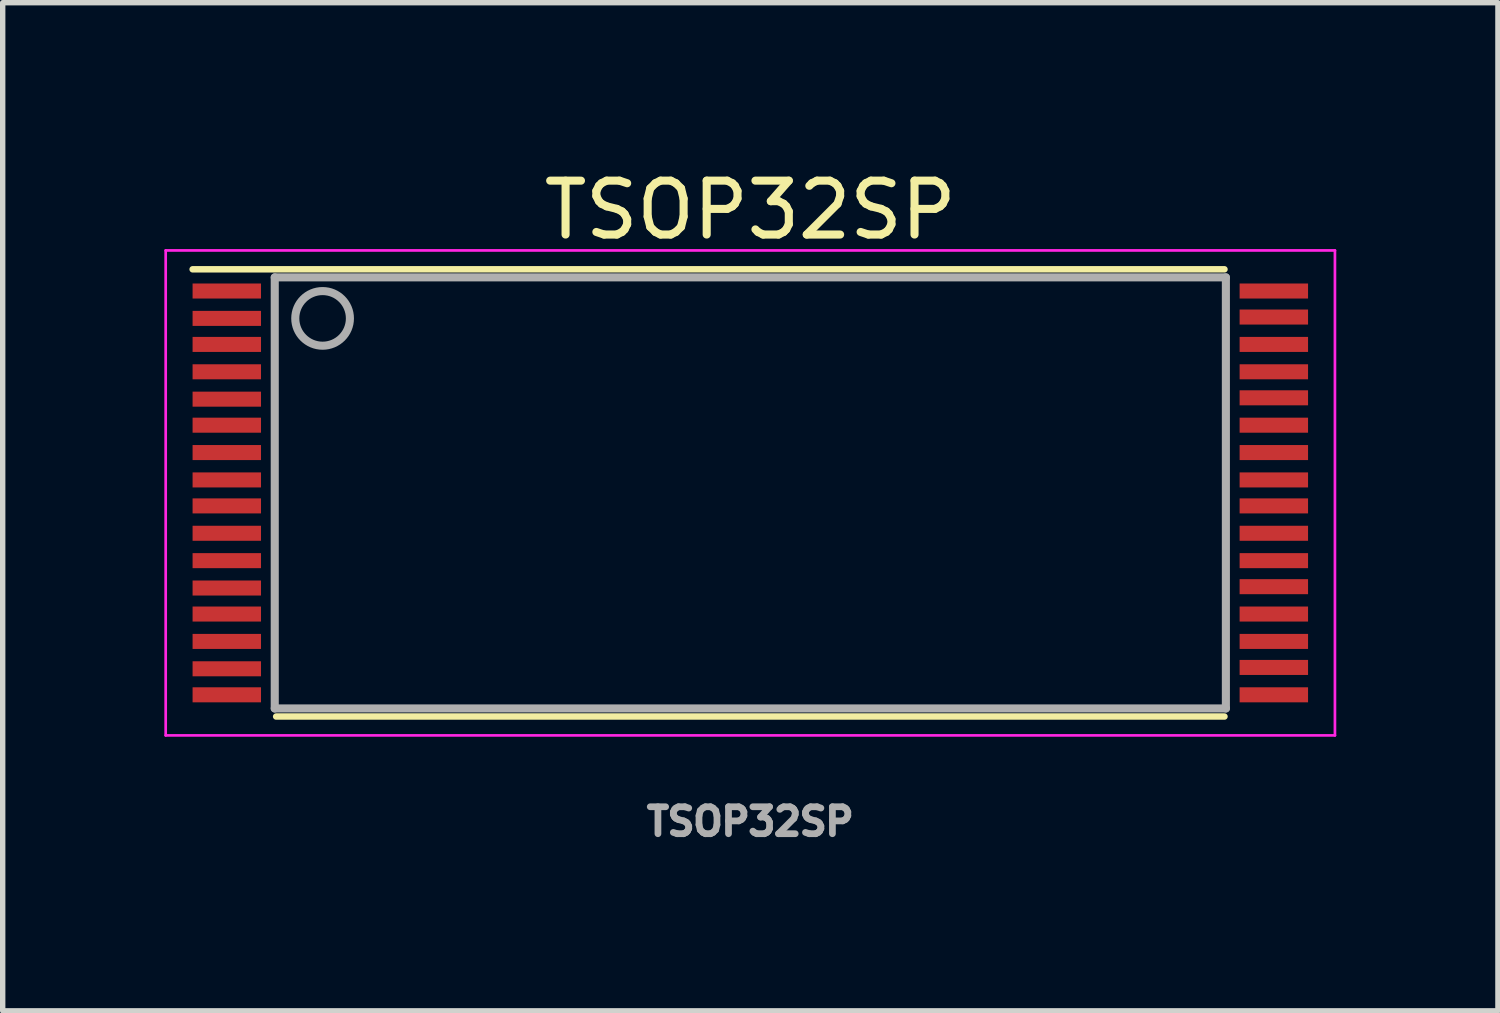
<source format=kicad_pcb>
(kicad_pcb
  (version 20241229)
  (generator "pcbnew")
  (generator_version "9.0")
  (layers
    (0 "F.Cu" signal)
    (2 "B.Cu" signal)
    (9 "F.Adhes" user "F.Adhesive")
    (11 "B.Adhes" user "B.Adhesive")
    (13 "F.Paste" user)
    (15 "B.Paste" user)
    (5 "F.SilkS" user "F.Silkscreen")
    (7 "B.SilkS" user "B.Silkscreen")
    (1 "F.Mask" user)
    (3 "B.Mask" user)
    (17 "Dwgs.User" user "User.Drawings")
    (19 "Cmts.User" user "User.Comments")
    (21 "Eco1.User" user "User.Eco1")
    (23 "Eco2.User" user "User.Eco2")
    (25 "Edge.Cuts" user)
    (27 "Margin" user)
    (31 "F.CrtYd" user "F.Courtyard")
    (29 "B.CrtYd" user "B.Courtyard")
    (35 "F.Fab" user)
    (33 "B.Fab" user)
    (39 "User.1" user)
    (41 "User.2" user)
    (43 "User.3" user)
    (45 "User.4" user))
  (footprint "TSOP32SP"
    (layer "F.Cu")
    (at 10.875 6.098)
    (property "Reference" "TSOP32SP" (at 0 -5.25 0) (layer "F.SilkS") (effects (font (size 1 1) (thickness 0.15))))
    (attr smd)
    (fp_line (start 8.8 -4.15) (end -10.35 -4.15) (stroke (width 0.12) (type solid)) (layer "F.SilkS"))
    (fp_line (start 8.8 4.15) (end -8.8 4.15) (stroke (width 0.12) (type solid)) (layer "F.SilkS"))
    (fp_line (start -10.85 4.5) (end -10.85 -4.5) (stroke (width 0.05) (type solid)) (layer "F.CrtYd"))
    (fp_line (start 10.85 -4.5) (end -10.85 -4.5) (stroke (width 0.05) (type solid)) (layer "F.CrtYd"))
    (fp_line (start 10.85 -4.5) (end 10.85 4.5) (stroke (width 0.05) (type solid)) (layer "F.CrtYd"))
    (fp_line (start 10.85 4.5) (end -10.85 4.5) (stroke (width 0.05) (type solid)) (layer "F.CrtYd"))
    (fp_line (start -8.826 -4) (end 8.826 -4) (stroke (width 0.15) (type solid)) (layer "F.Fab"))
    (fp_line (start -8.826 4) (end -8.826 -4) (stroke (width 0.15) (type solid)) (layer "F.Fab"))
    (fp_line (start 8.826 -4) (end 8.826 4) (stroke (width 0.15) (type solid)) (layer "F.Fab"))
    (fp_line (start 8.826 4) (end -8.826 4) (stroke (width 0.15) (type solid)) (layer "F.Fab"))
    (fp_circle (center -7.938 -3.239) (end -8.445 -3.239) (stroke (width 0.15) (type solid)) (fill no) (layer "F.Fab"))
    (fp_text user "${REFERENCE}" (at 0 6.1 0) (layer "F.Fab") (effects (font (size 0.5 0.5) (thickness 0.125))))
    (pad "1" smd rect (at -9.716 -3.747 270) (size 0.279 1.27) (layers "F.Cu" "F.Mask" "F.Paste"))
    (pad "2" smd rect (at -9.716 -3.239 270) (size 0.279 1.27) (layers "F.Cu" "F.Mask" "F.Paste"))
    (pad "3" smd rect (at -9.716 -2.756 270) (size 0.279 1.27) (layers "F.Cu" "F.Mask" "F.Paste"))
    (pad "4" smd rect (at -9.716 -2.248 270) (size 0.279 1.27) (layers "F.Cu" "F.Mask" "F.Paste"))
    (pad "5" smd rect (at -9.716 -1.74 270) (size 0.279 1.27) (layers "F.Cu" "F.Mask" "F.Paste"))
    (pad "6" smd rect (at -9.716 -1.257 270) (size 0.279 1.27) (layers "F.Cu" "F.Mask" "F.Paste"))
    (pad "7" smd rect (at -9.716 -0.749 270) (size 0.279 1.27) (layers "F.Cu" "F.Mask" "F.Paste"))
    (pad "8" smd rect (at -9.716 -0.241 270) (size 0.279 1.27) (layers "F.Cu" "F.Mask" "F.Paste"))
    (pad "9" smd rect (at -9.716 0.241 270) (size 0.279 1.27) (layers "F.Cu" "F.Mask" "F.Paste"))
    (pad "10" smd rect (at -9.716 0.749 270) (size 0.279 1.27) (layers "F.Cu" "F.Mask" "F.Paste"))
    (pad "11" smd rect (at -9.716 1.257 270) (size 0.279 1.27) (layers "F.Cu" "F.Mask" "F.Paste"))
    (pad "12" smd rect (at -9.716 1.765 270) (size 0.279 1.27) (layers "F.Cu" "F.Mask" "F.Paste"))
    (pad "13" smd rect (at -9.716 2.248 270) (size 0.279 1.27) (layers "F.Cu" "F.Mask" "F.Paste"))
    (pad "14" smd rect (at -9.716 2.756 270) (size 0.279 1.27) (layers "F.Cu" "F.Mask" "F.Paste"))
    (pad "15" smd rect (at -9.716 3.264 270) (size 0.279 1.27) (layers "F.Cu" "F.Mask" "F.Paste"))
    (pad "16" smd rect (at -9.716 3.747 270) (size 0.279 1.27) (layers "F.Cu" "F.Mask" "F.Paste"))
    (pad "17" smd rect (at 9.716 3.747 270) (size 0.279 1.27) (layers "F.Cu" "F.Mask" "F.Paste"))
    (pad "18" smd rect (at 9.716 3.239 270) (size 0.279 1.27) (layers "F.Cu" "F.Mask" "F.Paste"))
    (pad "19" smd rect (at 9.716 2.756 270) (size 0.279 1.27) (layers "F.Cu" "F.Mask" "F.Paste"))
    (pad "20" smd rect (at 9.716 2.248 270) (size 0.279 1.27) (layers "F.Cu" "F.Mask" "F.Paste"))
    (pad "21" smd rect (at 9.716 1.74 270) (size 0.279 1.27) (layers "F.Cu" "F.Mask" "F.Paste"))
    (pad "22" smd rect (at 9.716 1.257 270) (size 0.279 1.27) (layers "F.Cu" "F.Mask" "F.Paste"))
    (pad "23" smd rect (at 9.716 0.749 270) (size 0.279 1.27) (layers "F.Cu" "F.Mask" "F.Paste"))
    (pad "24" smd rect (at 9.716 0.241 270) (size 0.279 1.27) (layers "F.Cu" "F.Mask" "F.Paste"))
    (pad "25" smd rect (at 9.716 -0.241 270) (size 0.279 1.27) (layers "F.Cu" "F.Mask" "F.Paste"))
    (pad "26" smd rect (at 9.716 -0.749 270) (size 0.279 1.27) (layers "F.Cu" "F.Mask" "F.Paste"))
    (pad "27" smd rect (at 9.716 -1.257 270) (size 0.279 1.27) (layers "F.Cu" "F.Mask" "F.Paste"))
    (pad "28" smd rect (at 9.716 -1.765 270) (size 0.279 1.27) (layers "F.Cu" "F.Mask" "F.Paste"))
    (pad "29" smd rect (at 9.716 -2.248 270) (size 0.279 1.27) (layers "F.Cu" "F.Mask" "F.Paste"))
    (pad "30" smd rect (at 9.716 -2.756 270) (size 0.279 1.27) (layers "F.Cu" "F.Mask" "F.Paste"))
    (pad "31" smd rect (at 9.716 -3.264 270) (size 0.279 1.27) (layers "F.Cu" "F.Mask" "F.Paste"))
    (pad "32" smd rect (at 9.716 -3.747 270) (size 0.279 1.27) (layers "F.Cu" "F.Mask" "F.Paste")))
  (gr_rect
    (start -3 -3)
    (end 24.75 15.71)
    (stroke (width 0.1) (type default))
    (fill no)
    (layer "Edge.Cuts")))
</source>
